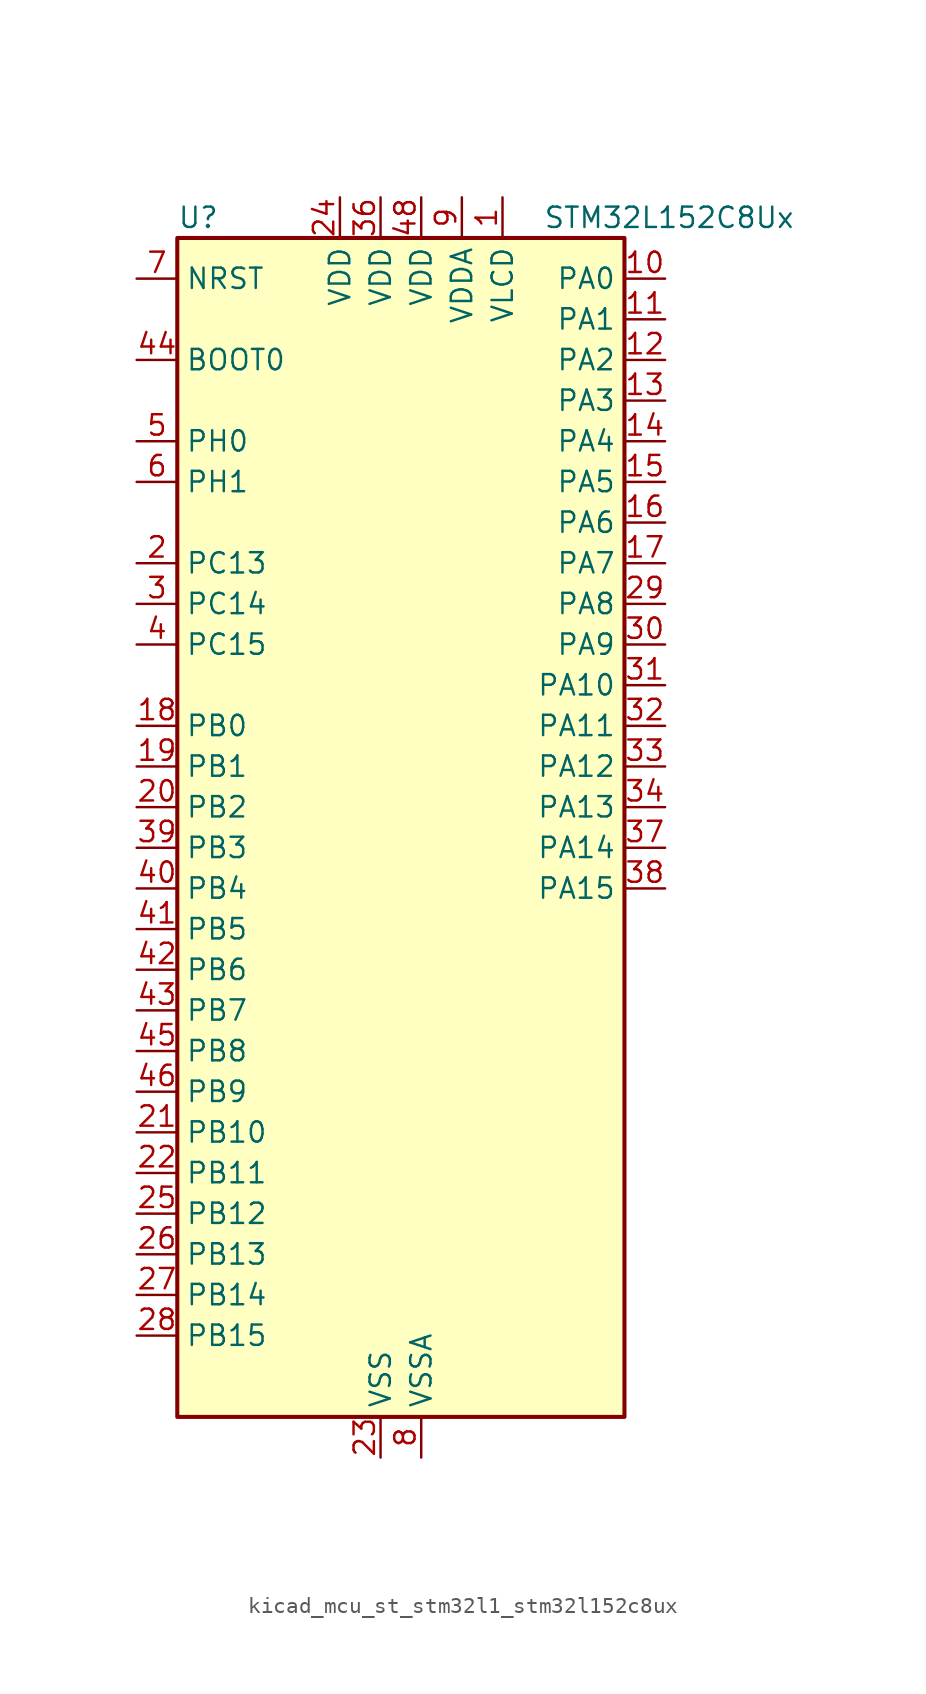
<source format=kicad_sym>
(kicad_symbol_lib
  (version 20220914)
  (generator kicad_symbol_editor)
  (symbol "kicad_mcu_st_stm32l1_stm32l152c8ux"
    (property "Reference" "U"
      (at -12.7 39.37 0)
      (effects (font (size 1.27 1.27)) (justify left)))
    (property "Value" "STM32L152C8Ux"
      (at 10.16 39.37 0)
      (effects (font (size 1.27 1.27)) (justify left)))
    (property "ki_locked" ""
      (at 0 0 0)
      (effects (font (size 1.27 1.27))))
    (symbol "kicad_mcu_st_stm32l1_stm32l152c8ux_0_1"
      (rectangle (start -12.7 -35.56) (end 15.24 38.1) (stroke (width 0.254) (type default)) (fill (type background))))
    (symbol "kicad_mcu_st_stm32l1_stm32l152c8ux_1_1"
      (pin power_in line (at 7.62 40.64 270) (length 2.54) (name "VLCD" (effects (font (size 1.27 1.27)))) (number "1" (effects (font (size 1.27 1.27)))))
      (pin bidirectional line (at 17.78 35.56 180) (length 2.54) (name "PA0" (effects (font (size 1.27 1.27)))) (number "10" (effects (font (size 1.27 1.27)))) (alternate "ADC_IN0" bidirectional line) (alternate "COMP1_INP" bidirectional line) (alternate "SYS_WKUP1" bidirectional line) (alternate "TIM2_CH1" bidirectional line) (alternate "TIM2_ETR" bidirectional line) (alternate "TIMX_IC1" bidirectional line) (alternate "TS_G1_IO1" bidirectional line) (alternate "USART2_CTS" bidirectional line))
      (pin bidirectional line (at 17.78 33.02 180) (length 2.54) (name "PA1" (effects (font (size 1.27 1.27)))) (number "11" (effects (font (size 1.27 1.27)))) (alternate "ADC_IN1" bidirectional line) (alternate "COMP1_INP" bidirectional line) (alternate "LCD_SEG0" bidirectional line) (alternate "TIM2_CH2" bidirectional line) (alternate "TIMX_IC2" bidirectional line) (alternate "TS_G1_IO2" bidirectional line) (alternate "USART2_RTS" bidirectional line))
      (pin bidirectional line (at 17.78 30.48 180) (length 2.54) (name "PA2" (effects (font (size 1.27 1.27)))) (number "12" (effects (font (size 1.27 1.27)))) (alternate "ADC_IN2" bidirectional line) (alternate "COMP1_INP" bidirectional line) (alternate "LCD_SEG1" bidirectional line) (alternate "TIM2_CH3" bidirectional line) (alternate "TIM9_CH1" bidirectional line) (alternate "TIMX_IC3" bidirectional line) (alternate "TS_G1_IO3" bidirectional line) (alternate "USART2_TX" bidirectional line))
      (pin bidirectional line (at 17.78 27.94 180) (length 2.54) (name "PA3" (effects (font (size 1.27 1.27)))) (number "13" (effects (font (size 1.27 1.27)))) (alternate "ADC_IN3" bidirectional line) (alternate "COMP1_INP" bidirectional line) (alternate "LCD_SEG2" bidirectional line) (alternate "TIM2_CH4" bidirectional line) (alternate "TIM9_CH2" bidirectional line) (alternate "TIMX_IC4" bidirectional line) (alternate "TS_G1_IO4" bidirectional line) (alternate "USART2_RX" bidirectional line))
      (pin bidirectional line (at 17.78 25.4 180) (length 2.54) (name "PA4" (effects (font (size 1.27 1.27)))) (number "14" (effects (font (size 1.27 1.27)))) (alternate "ADC_IN4" bidirectional line) (alternate "COMP1_INP" bidirectional line) (alternate "DAC_OUT1" bidirectional line) (alternate "SPI1_NSS" bidirectional line) (alternate "TIMX_IC1" bidirectional line) (alternate "USART2_CK" bidirectional line))
      (pin bidirectional line (at 17.78 22.86 180) (length 2.54) (name "PA5" (effects (font (size 1.27 1.27)))) (number "15" (effects (font (size 1.27 1.27)))) (alternate "ADC_IN5" bidirectional line) (alternate "COMP1_INP" bidirectional line) (alternate "DAC_OUT2" bidirectional line) (alternate "SPI1_SCK" bidirectional line) (alternate "TIM2_CH1" bidirectional line) (alternate "TIM2_ETR" bidirectional line) (alternate "TIMX_IC2" bidirectional line))
      (pin bidirectional line (at 17.78 20.32 180) (length 2.54) (name "PA6" (effects (font (size 1.27 1.27)))) (number "16" (effects (font (size 1.27 1.27)))) (alternate "ADC_IN6" bidirectional line) (alternate "COMP1_INP" bidirectional line) (alternate "LCD_SEG3" bidirectional line) (alternate "SPI1_MISO" bidirectional line) (alternate "TIM10_CH1" bidirectional line) (alternate "TIM3_CH1" bidirectional line) (alternate "TIMX_IC3" bidirectional line) (alternate "TS_G2_IO1" bidirectional line))
      (pin bidirectional line (at 17.78 17.78 180) (length 2.54) (name "PA7" (effects (font (size 1.27 1.27)))) (number "17" (effects (font (size 1.27 1.27)))) (alternate "ADC_IN7" bidirectional line) (alternate "COMP1_INP" bidirectional line) (alternate "LCD_SEG4" bidirectional line) (alternate "SPI1_MOSI" bidirectional line) (alternate "TIM11_CH1" bidirectional line) (alternate "TIM3_CH2" bidirectional line) (alternate "TIMX_IC4" bidirectional line) (alternate "TS_G2_IO2" bidirectional line))
      (pin bidirectional line (at -15.24 7.62 0) (length 2.54) (name "PB0" (effects (font (size 1.27 1.27)))) (number "18" (effects (font (size 1.27 1.27)))) (alternate "ADC_IN8" bidirectional line) (alternate "COMP1_INP" bidirectional line) (alternate "LCD_SEG5" bidirectional line) (alternate "SYS_V_REF_OUT" bidirectional line) (alternate "TIM3_CH3" bidirectional line) (alternate "TS_G3_IO1" bidirectional line))
      (pin bidirectional line (at -15.24 5.08 0) (length 2.54) (name "PB1" (effects (font (size 1.27 1.27)))) (number "19" (effects (font (size 1.27 1.27)))) (alternate "ADC_IN9" bidirectional line) (alternate "COMP1_INP" bidirectional line) (alternate "LCD_SEG6" bidirectional line) (alternate "SYS_V_REF_OUT" bidirectional line) (alternate "TIM3_CH4" bidirectional line) (alternate "TS_G3_IO2" bidirectional line))
      (pin bidirectional line (at -15.24 17.78 0) (length 2.54) (name "PC13" (effects (font (size 1.27 1.27)))) (number "2" (effects (font (size 1.27 1.27)))) (alternate "RTC_OUT_ALARM" bidirectional line) (alternate "RTC_OUT_CALIB" bidirectional line) (alternate "RTC_TAMP1" bidirectional line) (alternate "RTC_TS" bidirectional line) (alternate "SYS_WKUP2" bidirectional line) (alternate "TIMX_IC2" bidirectional line))
      (pin bidirectional line (at -15.24 2.54 0) (length 2.54) (name "PB2" (effects (font (size 1.27 1.27)))) (number "20" (effects (font (size 1.27 1.27)))))
      (pin bidirectional line (at -15.24 -17.78 0) (length 2.54) (name "PB10" (effects (font (size 1.27 1.27)))) (number "21" (effects (font (size 1.27 1.27)))) (alternate "I2C2_SCL" bidirectional line) (alternate "LCD_SEG10" bidirectional line) (alternate "TIM2_CH3" bidirectional line) (alternate "USART3_TX" bidirectional line))
      (pin bidirectional line (at -15.24 -20.32 0) (length 2.54) (name "PB11" (effects (font (size 1.27 1.27)))) (number "22" (effects (font (size 1.27 1.27)))) (alternate "ADC_EXTI11" bidirectional line) (alternate "I2C2_SDA" bidirectional line) (alternate "LCD_SEG11" bidirectional line) (alternate "TIM2_CH4" bidirectional line) (alternate "USART3_RX" bidirectional line))
      (pin power_in line (at 0 -38.1 90) (length 2.54) (name "VSS" (effects (font (size 1.27 1.27)))) (number "23" (effects (font (size 1.27 1.27)))))
      (pin power_in line (at -2.54 40.64 270) (length 2.54) (name "VDD" (effects (font (size 1.27 1.27)))) (number "24" (effects (font (size 1.27 1.27)))))
      (pin bidirectional line (at -15.24 -22.86 0) (length 2.54) (name "PB12" (effects (font (size 1.27 1.27)))) (number "25" (effects (font (size 1.27 1.27)))) (alternate "ADC_IN18" bidirectional line) (alternate "COMP1_INP" bidirectional line) (alternate "I2C2_SMBA" bidirectional line) (alternate "LCD_SEG12" bidirectional line) (alternate "SPI2_NSS" bidirectional line) (alternate "TIM10_CH1" bidirectional line) (alternate "TS_G7_IO1" bidirectional line) (alternate "USART3_CK" bidirectional line))
      (pin bidirectional line (at -15.24 -25.4 0) (length 2.54) (name "PB13" (effects (font (size 1.27 1.27)))) (number "26" (effects (font (size 1.27 1.27)))) (alternate "ADC_IN19" bidirectional line) (alternate "COMP1_INP" bidirectional line) (alternate "LCD_SEG13" bidirectional line) (alternate "SPI2_SCK" bidirectional line) (alternate "TIM9_CH1" bidirectional line) (alternate "TS_G7_IO2" bidirectional line) (alternate "USART3_CTS" bidirectional line))
      (pin bidirectional line (at -15.24 -27.94 0) (length 2.54) (name "PB14" (effects (font (size 1.27 1.27)))) (number "27" (effects (font (size 1.27 1.27)))) (alternate "ADC_IN20" bidirectional line) (alternate "COMP1_INP" bidirectional line) (alternate "LCD_SEG14" bidirectional line) (alternate "SPI2_MISO" bidirectional line) (alternate "TIM9_CH2" bidirectional line) (alternate "TS_G7_IO3" bidirectional line) (alternate "USART3_RTS" bidirectional line))
      (pin bidirectional line (at -15.24 -30.48 0) (length 2.54) (name "PB15" (effects (font (size 1.27 1.27)))) (number "28" (effects (font (size 1.27 1.27)))) (alternate "ADC_EXTI15" bidirectional line) (alternate "ADC_IN21" bidirectional line) (alternate "COMP1_INP" bidirectional line) (alternate "LCD_SEG15" bidirectional line) (alternate "RTC_REFIN" bidirectional line) (alternate "SPI2_MOSI" bidirectional line) (alternate "TIM11_CH1" bidirectional line) (alternate "TS_G7_IO4" bidirectional line))
      (pin bidirectional line (at 17.78 15.24 180) (length 2.54) (name "PA8" (effects (font (size 1.27 1.27)))) (number "29" (effects (font (size 1.27 1.27)))) (alternate "LCD_COM0" bidirectional line) (alternate "RCC_MCO" bidirectional line) (alternate "TIMX_IC1" bidirectional line) (alternate "TS_G4_IO1" bidirectional line) (alternate "USART1_CK" bidirectional line))
      (pin bidirectional line (at -15.24 15.24 0) (length 2.54) (name "PC14" (effects (font (size 1.27 1.27)))) (number "3" (effects (font (size 1.27 1.27)))) (alternate "RCC_OSC32_IN" bidirectional line) (alternate "TIMX_IC3" bidirectional line))
      (pin bidirectional line (at 17.78 12.7 180) (length 2.54) (name "PA9" (effects (font (size 1.27 1.27)))) (number "30" (effects (font (size 1.27 1.27)))) (alternate "DAC_EXTI9" bidirectional line) (alternate "LCD_COM1" bidirectional line) (alternate "TIMX_IC2" bidirectional line) (alternate "TS_G4_IO2" bidirectional line) (alternate "USART1_TX" bidirectional line))
      (pin bidirectional line (at 17.78 10.16 180) (length 2.54) (name "PA10" (effects (font (size 1.27 1.27)))) (number "31" (effects (font (size 1.27 1.27)))) (alternate "LCD_COM2" bidirectional line) (alternate "TIMX_IC3" bidirectional line) (alternate "TS_G4_IO3" bidirectional line) (alternate "USART1_RX" bidirectional line))
      (pin bidirectional line (at 17.78 7.62 180) (length 2.54) (name "PA11" (effects (font (size 1.27 1.27)))) (number "32" (effects (font (size 1.27 1.27)))) (alternate "ADC_EXTI11" bidirectional line) (alternate "SPI1_MISO" bidirectional line) (alternate "TIMX_IC4" bidirectional line) (alternate "USART1_CTS" bidirectional line) (alternate "USB_DM" bidirectional line))
      (pin bidirectional line (at 17.78 5.08 180) (length 2.54) (name "PA12" (effects (font (size 1.27 1.27)))) (number "33" (effects (font (size 1.27 1.27)))) (alternate "SPI1_MOSI" bidirectional line) (alternate "TIMX_IC1" bidirectional line) (alternate "USART1_RTS" bidirectional line) (alternate "USB_DP" bidirectional line))
      (pin bidirectional line (at 17.78 2.54 180) (length 2.54) (name "PA13" (effects (font (size 1.27 1.27)))) (number "34" (effects (font (size 1.27 1.27)))) (alternate "SYS_JTMS-SWDIO" bidirectional line) (alternate "TIMX_IC2" bidirectional line) (alternate "TS_G5_IO1" bidirectional line))
      (pin passive line (at 0 -38.1 90) (length 2.54) hide (name "VSS" (effects (font (size 1.27 1.27)))) (number "35" (effects (font (size 1.27 1.27)))))
      (pin power_in line (at 0 40.64 270) (length 2.54) (name "VDD" (effects (font (size 1.27 1.27)))) (number "36" (effects (font (size 1.27 1.27)))))
      (pin bidirectional line (at 17.78 0 180) (length 2.54) (name "PA14" (effects (font (size 1.27 1.27)))) (number "37" (effects (font (size 1.27 1.27)))) (alternate "SYS_JTCK-SWCLK" bidirectional line) (alternate "TIMX_IC3" bidirectional line) (alternate "TS_G5_IO2" bidirectional line))
      (pin bidirectional line (at 17.78 -2.54 180) (length 2.54) (name "PA15" (effects (font (size 1.27 1.27)))) (number "38" (effects (font (size 1.27 1.27)))) (alternate "ADC_EXTI15" bidirectional line) (alternate "LCD_SEG17" bidirectional line) (alternate "SPI1_NSS" bidirectional line) (alternate "SYS_JTDI" bidirectional line) (alternate "TIM2_CH1" bidirectional line) (alternate "TIM2_ETR" bidirectional line) (alternate "TIMX_IC4" bidirectional line) (alternate "TS_G5_IO3" bidirectional line))
      (pin bidirectional line (at -15.24 0 0) (length 2.54) (name "PB3" (effects (font (size 1.27 1.27)))) (number "39" (effects (font (size 1.27 1.27)))) (alternate "COMP2_INM" bidirectional line) (alternate "LCD_SEG7" bidirectional line) (alternate "SPI1_SCK" bidirectional line) (alternate "SYS_JTDO-TRACESWO" bidirectional line) (alternate "TIM2_CH2" bidirectional line))
      (pin bidirectional line (at -15.24 12.7 0) (length 2.54) (name "PC15" (effects (font (size 1.27 1.27)))) (number "4" (effects (font (size 1.27 1.27)))) (alternate "ADC_EXTI15" bidirectional line) (alternate "RCC_OSC32_OUT" bidirectional line) (alternate "TIMX_IC4" bidirectional line))
      (pin bidirectional line (at -15.24 -2.54 0) (length 2.54) (name "PB4" (effects (font (size 1.27 1.27)))) (number "40" (effects (font (size 1.27 1.27)))) (alternate "COMP2_INP" bidirectional line) (alternate "LCD_SEG8" bidirectional line) (alternate "SPI1_MISO" bidirectional line) (alternate "SYS_JTRST" bidirectional line) (alternate "TIM3_CH1" bidirectional line) (alternate "TS_G6_IO1" bidirectional line))
      (pin bidirectional line (at -15.24 -5.08 0) (length 2.54) (name "PB5" (effects (font (size 1.27 1.27)))) (number "41" (effects (font (size 1.27 1.27)))) (alternate "COMP2_INP" bidirectional line) (alternate "I2C1_SMBA" bidirectional line) (alternate "LCD_SEG9" bidirectional line) (alternate "SPI1_MOSI" bidirectional line) (alternate "TIM3_CH2" bidirectional line) (alternate "TS_G6_IO2" bidirectional line))
      (pin bidirectional line (at -15.24 -7.62 0) (length 2.54) (name "PB6" (effects (font (size 1.27 1.27)))) (number "42" (effects (font (size 1.27 1.27)))) (alternate "I2C1_SCL" bidirectional line) (alternate "TIM4_CH1" bidirectional line) (alternate "USART1_TX" bidirectional line))
      (pin bidirectional line (at -15.24 -10.16 0) (length 2.54) (name "PB7" (effects (font (size 1.27 1.27)))) (number "43" (effects (font (size 1.27 1.27)))) (alternate "I2C1_SDA" bidirectional line) (alternate "SYS_PVD_IN" bidirectional line) (alternate "TIM4_CH2" bidirectional line) (alternate "USART1_RX" bidirectional line))
      (pin input line (at -15.24 30.48 0) (length 2.54) (name "BOOT0" (effects (font (size 1.27 1.27)))) (number "44" (effects (font (size 1.27 1.27)))))
      (pin bidirectional line (at -15.24 -12.7 0) (length 2.54) (name "PB8" (effects (font (size 1.27 1.27)))) (number "45" (effects (font (size 1.27 1.27)))) (alternate "I2C1_SCL" bidirectional line) (alternate "LCD_SEG16" bidirectional line) (alternate "TIM10_CH1" bidirectional line) (alternate "TIM4_CH3" bidirectional line))
      (pin bidirectional line (at -15.24 -15.24 0) (length 2.54) (name "PB9" (effects (font (size 1.27 1.27)))) (number "46" (effects (font (size 1.27 1.27)))) (alternate "DAC_EXTI9" bidirectional line) (alternate "I2C1_SDA" bidirectional line) (alternate "LCD_COM3" bidirectional line) (alternate "TIM11_CH1" bidirectional line) (alternate "TIM4_CH4" bidirectional line))
      (pin passive line (at 0 -38.1 90) (length 2.54) hide (name "VSS" (effects (font (size 1.27 1.27)))) (number "47" (effects (font (size 1.27 1.27)))))
      (pin power_in line (at 2.54 40.64 270) (length 2.54) (name "VDD" (effects (font (size 1.27 1.27)))) (number "48" (effects (font (size 1.27 1.27)))))
      (pin passive line (at 0 -38.1 90) (length 2.54) hide (name "VSS" (effects (font (size 1.27 1.27)))) (number "49" (effects (font (size 1.27 1.27)))))
      (pin bidirectional line (at -15.24 25.4 0) (length 2.54) (name "PH0" (effects (font (size 1.27 1.27)))) (number "5" (effects (font (size 1.27 1.27)))) (alternate "RCC_OSC_IN" bidirectional line))
      (pin bidirectional line (at -15.24 22.86 0) (length 2.54) (name "PH1" (effects (font (size 1.27 1.27)))) (number "6" (effects (font (size 1.27 1.27)))) (alternate "RCC_OSC_OUT" bidirectional line))
      (pin input line (at -15.24 35.56 0) (length 2.54) (name "NRST" (effects (font (size 1.27 1.27)))) (number "7" (effects (font (size 1.27 1.27)))))
      (pin power_in line (at 2.54 -38.1 90) (length 2.54) (name "VSSA" (effects (font (size 1.27 1.27)))) (number "8" (effects (font (size 1.27 1.27)))))
      (pin power_in line (at 5.08 40.64 270) (length 2.54) (name "VDDA" (effects (font (size 1.27 1.27)))) (number "9" (effects (font (size 1.27 1.27))))))))
</source>
